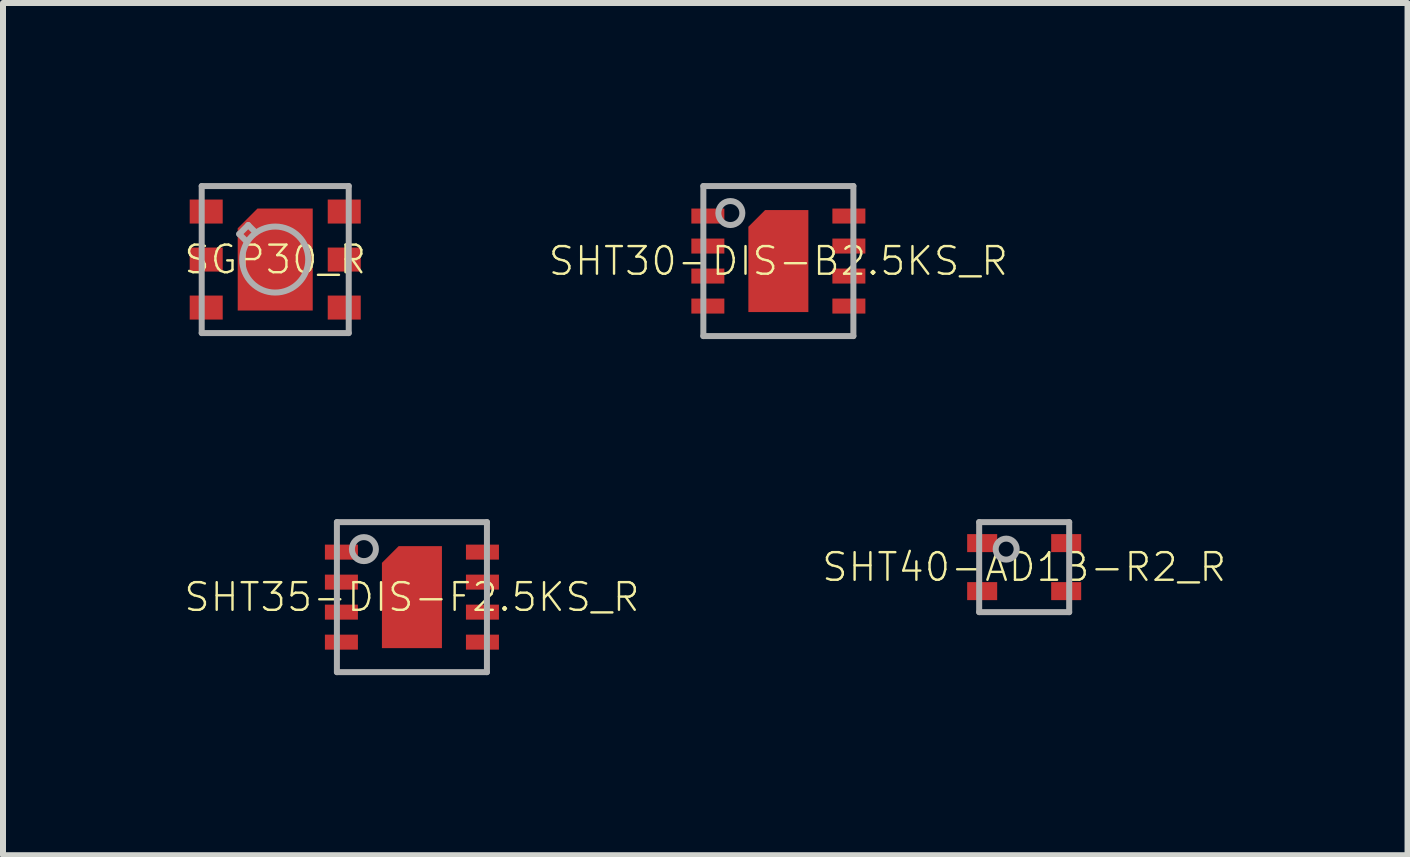
<source format=kicad_pcb>
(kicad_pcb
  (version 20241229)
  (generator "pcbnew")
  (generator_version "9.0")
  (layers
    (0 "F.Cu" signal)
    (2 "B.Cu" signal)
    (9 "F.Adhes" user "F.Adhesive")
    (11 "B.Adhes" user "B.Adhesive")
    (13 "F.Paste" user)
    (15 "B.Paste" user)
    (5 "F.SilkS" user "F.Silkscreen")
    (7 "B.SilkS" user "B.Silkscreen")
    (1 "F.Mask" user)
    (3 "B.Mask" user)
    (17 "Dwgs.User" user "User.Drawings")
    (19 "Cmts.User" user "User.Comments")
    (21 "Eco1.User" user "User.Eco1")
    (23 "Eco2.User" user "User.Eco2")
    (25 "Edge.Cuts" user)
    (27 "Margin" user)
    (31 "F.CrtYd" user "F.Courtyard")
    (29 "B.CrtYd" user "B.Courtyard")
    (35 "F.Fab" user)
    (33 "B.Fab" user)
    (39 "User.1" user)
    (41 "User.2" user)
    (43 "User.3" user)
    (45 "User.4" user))
  (footprint "SHT35-DIS-F2.5KS_R"
    (layer "F.Cu")
    (at 3.814 6.9)
    (property "Reference" "SHT35-DIS-F2.5KS_R" (at 0 0 0) (unlocked yes) (layer "F.SilkS") (effects (font (size 0.46 0.46) (thickness 0.04))))
    (fp_poly (pts (xy 0.5 0.85) (xy -0.5 0.85) (xy -0.5 -0.571) (xy -0.221 -0.85) (xy 0.5 -0.85)) (stroke (width 0) (type default)) (fill yes) (layer "F.Cu"))
    (fp_poly (pts (xy -0.55 0.9) (xy 0.55 0.9) (xy 0.55 -0.9) (xy -0.55 -0.9)) (stroke (width 0) (type default)) (fill yes) (layer "F.Mask"))
    (fp_poly (pts (xy 0.45 0.8) (xy -0.45 0.8) (xy -0.45 -0.571) (xy -0.221 -0.8) (xy 0.45 -0.8)) (stroke (width 0) (type default)) (fill yes) (layer "F.Paste"))
    (fp_line (start -1.25 -1.25) (end 1.25 -1.25) (stroke (width 0.1) (type solid)) (layer "F.Fab"))
    (fp_line (start -1.25 1.25) (end -1.25 -1.25) (stroke (width 0.1) (type solid)) (layer "F.Fab"))
    (fp_line (start 1.25 -1.25) (end 1.25 1.25) (stroke (width 0.1) (type solid)) (layer "F.Fab"))
    (fp_line (start 1.25 1.25) (end -1.25 1.25) (stroke (width 0.1) (type solid)) (layer "F.Fab"))
    (fp_circle (center -0.8 -0.8) (end -0.6 -0.8) (stroke (width 0.1) (type solid)) (fill no) (layer "F.Fab"))
    (pad "1" smd rect (at -1.175 -0.75) (size 0.55 0.25) (layers "F.Cu" "F.Mask" "F.Paste"))
    (pad "2" smd rect (at -1.175 -0.25) (size 0.55 0.25) (layers "F.Cu" "F.Mask" "F.Paste"))
    (pad "3" smd rect (at -1.175 0.25) (size 0.55 0.25) (layers "F.Cu" "F.Mask" "F.Paste"))
    (pad "4" smd rect (at -1.175 0.75) (size 0.55 0.25) (layers "F.Cu" "F.Mask" "F.Paste"))
    (pad "5" smd rect (at 1.175 0.75) (size 0.55 0.25) (layers "F.Cu" "F.Mask" "F.Paste"))
    (pad "6" smd rect (at 1.175 0.25) (size 0.55 0.25) (layers "F.Cu" "F.Mask" "F.Paste"))
    (pad "7" smd rect (at 1.175 -0.25) (size 0.55 0.25) (layers "F.Cu" "F.Mask" "F.Paste"))
    (pad "8" smd rect (at 1.175 -0.75) (size 0.55 0.25) (layers "F.Cu" "F.Mask" "F.Paste")))
  (footprint "SHT40-AD1B-R2_R"
    (layer "F.Cu")
    (at 14.016 6.4)
    (property "Reference" "SHT40-AD1B-R2_R" (at 0 0 0) (unlocked yes) (layer "F.SilkS") (effects (font (size 0.46 0.46) (thickness 0.04))))
    (fp_poly (pts (xy -0.45 -0.25) (xy -0.95 -0.25) (xy -0.95 -0.55) (xy -0.45 -0.55)) (stroke (width 0) (type default)) (fill yes) (layer "F.Paste"))
    (fp_poly (pts (xy -0.45 0.55) (xy -0.95 0.55) (xy -0.95 0.25) (xy -0.45 0.25)) (stroke (width 0) (type default)) (fill yes) (layer "F.Paste"))
    (fp_poly (pts (xy 0.95 -0.25) (xy 0.45 -0.25) (xy 0.45 -0.55) (xy 0.95 -0.55)) (stroke (width 0) (type default)) (fill yes) (layer "F.Paste"))
    (fp_poly (pts (xy 0.95 0.55) (xy 0.45 0.55) (xy 0.45 0.25) (xy 0.95 0.25)) (stroke (width 0) (type default)) (fill yes) (layer "F.Paste"))
    (fp_line (start -0.75 -0.75) (end 0.75 -0.75) (stroke (width 0.1) (type solid)) (layer "F.Fab"))
    (fp_line (start -0.75 0.75) (end -0.75 -0.75) (stroke (width 0.1) (type solid)) (layer "F.Fab"))
    (fp_line (start 0.75 -0.75) (end 0.75 0.75) (stroke (width 0.1) (type solid)) (layer "F.Fab"))
    (fp_line (start 0.75 0.75) (end -0.75 0.75) (stroke (width 0.1) (type solid)) (layer "F.Fab"))
    (fp_circle (center -0.3 -0.3) (end -0.125 -0.3) (stroke (width 0.1) (type solid)) (fill no) (layer "F.Fab"))
    (pad "1" smd rect (at -0.7 -0.4) (size 0.5 0.3) (layers "F.Cu" "F.Mask"))
    (pad "2" smd rect (at -0.7 0.4) (size 0.5 0.3) (layers "F.Cu" "F.Mask"))
    (pad "3" smd rect (at 0.7 0.4) (size 0.5 0.3) (layers "F.Cu" "F.Mask"))
    (pad "4" smd rect (at 0.7 -0.4) (size 0.5 0.3) (layers "F.Cu" "F.Mask")))
  (footprint "SHT30-DIS-B2.5KS_R"
    (layer "F.Cu")
    (at 9.92 1.3)
    (property "Reference" "SHT30-DIS-B2.5KS_R" (at 0 0 0) (unlocked yes) (layer "F.SilkS") (effects (font (size 0.46 0.46) (thickness 0.04))))
    (fp_poly (pts (xy 0.5 0.85) (xy -0.5 0.85) (xy -0.5 -0.571) (xy -0.221 -0.85) (xy 0.5 -0.85)) (stroke (width 0) (type default)) (fill yes) (layer "F.Cu"))
    (fp_poly (pts (xy -1.5 -0.575) (xy -0.85 -0.575) (xy -0.85 -0.925) (xy -1.5 -0.925)) (stroke (width 0) (type default)) (fill yes) (layer "F.Mask"))
    (fp_poly (pts (xy -1.5 -0.075) (xy -0.85 -0.075) (xy -0.85 -0.425) (xy -1.5 -0.425)) (stroke (width 0) (type default)) (fill yes) (layer "F.Mask"))
    (fp_poly (pts (xy -1.5 0.425) (xy -0.85 0.425) (xy -0.85 0.075) (xy -1.5 0.075)) (stroke (width 0) (type default)) (fill yes) (layer "F.Mask"))
    (fp_poly (pts (xy -1.5 0.925) (xy -0.85 0.925) (xy -0.85 0.575) (xy -1.5 0.575)) (stroke (width 0) (type default)) (fill yes) (layer "F.Mask"))
    (fp_poly (pts (xy -0.55 0.9) (xy 0.55 0.9) (xy 0.55 -0.9) (xy -0.55 -0.9)) (stroke (width 0) (type default)) (fill yes) (layer "F.Mask"))
    (fp_poly (pts (xy 0.85 -0.575) (xy 1.5 -0.575) (xy 1.5 -0.925) (xy 0.85 -0.925)) (stroke (width 0) (type default)) (fill yes) (layer "F.Mask"))
    (fp_poly (pts (xy 0.85 -0.075) (xy 1.5 -0.075) (xy 1.5 -0.425) (xy 0.85 -0.425)) (stroke (width 0) (type default)) (fill yes) (layer "F.Mask"))
    (fp_poly (pts (xy 0.85 0.425) (xy 1.5 0.425) (xy 1.5 0.075) (xy 0.85 0.075)) (stroke (width 0) (type default)) (fill yes) (layer "F.Mask"))
    (fp_poly (pts (xy 0.85 0.925) (xy 1.5 0.925) (xy 1.5 0.575) (xy 0.85 0.575)) (stroke (width 0) (type default)) (fill yes) (layer "F.Mask"))
    (fp_poly (pts (xy -0.9 -0.625) (xy -1.45 -0.625) (xy -1.45 -0.875) (xy -0.9 -0.875)) (stroke (width 0) (type default)) (fill yes) (layer "F.Paste"))
    (fp_poly (pts (xy -0.9 -0.125) (xy -1.45 -0.125) (xy -1.45 -0.375) (xy -0.9 -0.375)) (stroke (width 0) (type default)) (fill yes) (layer "F.Paste"))
    (fp_poly (pts (xy -0.9 0.375) (xy -1.45 0.375) (xy -1.45 0.125) (xy -0.9 0.125)) (stroke (width 0) (type default)) (fill yes) (layer "F.Paste"))
    (fp_poly (pts (xy -0.9 0.875) (xy -1.45 0.875) (xy -1.45 0.625) (xy -0.9 0.625)) (stroke (width 0) (type default)) (fill yes) (layer "F.Paste"))
    (fp_poly (pts (xy 1.45 -0.625) (xy 0.9 -0.625) (xy 0.9 -0.875) (xy 1.45 -0.875)) (stroke (width 0) (type default)) (fill yes) (layer "F.Paste"))
    (fp_poly (pts (xy 1.45 -0.125) (xy 0.9 -0.125) (xy 0.9 -0.375) (xy 1.45 -0.375)) (stroke (width 0) (type default)) (fill yes) (layer "F.Paste"))
    (fp_poly (pts (xy 1.45 0.375) (xy 0.9 0.375) (xy 0.9 0.125) (xy 1.45 0.125)) (stroke (width 0) (type default)) (fill yes) (layer "F.Paste"))
    (fp_poly (pts (xy 1.45 0.875) (xy 0.9 0.875) (xy 0.9 0.625) (xy 1.45 0.625)) (stroke (width 0) (type default)) (fill yes) (layer "F.Paste"))
    (fp_poly (pts (xy 0.45 0.8) (xy -0.45 0.8) (xy -0.45 -0.541) (xy -0.191 -0.8) (xy 0.45 -0.8)) (stroke (width 0) (type default)) (fill yes) (layer "F.Paste"))
    (fp_line (start -1.25 -1.25) (end 1.25 -1.25) (stroke (width 0.1) (type solid)) (layer "F.Fab"))
    (fp_line (start -1.25 1.25) (end -1.25 -1.25) (stroke (width 0.1) (type solid)) (layer "F.Fab"))
    (fp_line (start 1.25 -1.25) (end 1.25 1.25) (stroke (width 0.1) (type solid)) (layer "F.Fab"))
    (fp_line (start 1.25 1.25) (end -1.25 1.25) (stroke (width 0.1) (type solid)) (layer "F.Fab"))
    (fp_circle (center -0.8 -0.8) (end -0.6 -0.8) (stroke (width 0.1) (type solid)) (fill no) (layer "F.Fab"))
    (pad "1" smd rect (at -1.175 -0.75) (size 0.55 0.25) (layers "F.Cu"))
    (pad "2" smd rect (at -1.175 -0.25) (size 0.55 0.25) (layers "F.Cu"))
    (pad "3" smd rect (at -1.175 0.25) (size 0.55 0.25) (layers "F.Cu"))
    (pad "4" smd rect (at -1.175 0.75) (size 0.55 0.25) (layers "F.Cu"))
    (pad "5" smd rect (at 1.175 0.75) (size 0.55 0.25) (layers "F.Cu"))
    (pad "6" smd rect (at 1.175 0.25) (size 0.55 0.25) (layers "F.Cu"))
    (pad "7" smd rect (at 1.175 -0.25) (size 0.55 0.25) (layers "F.Cu"))
    (pad "8" smd rect (at 1.175 -0.75) (size 0.55 0.25) (layers "F.Cu")))
  (footprint "SGP30_R"
    (layer "F.Cu")
    (at 1.536 1.275)
    (property "Reference" "SGP30_R" (at 0 0 0) (unlocked yes) (layer "F.SilkS") (effects (font (size 0.46 0.46) (thickness 0.04))))
    (fp_poly (pts (xy 0.625 0.85) (xy -0.625 0.85) (xy -0.625 -0.521) (xy -0.296 -0.85) (xy 0.625 -0.85)) (stroke (width 0) (type default)) (fill yes) (layer "F.Cu"))
    (fp_poly (pts (xy -1.475 -0.55) (xy -0.825 -0.55) (xy -0.825 -1.05) (xy -1.475 -1.05)) (stroke (width 0) (type default)) (fill yes) (layer "F.Mask"))
    (fp_poly (pts (xy -1.475 0.25) (xy -0.825 0.25) (xy -0.825 -0.25) (xy -1.475 -0.25)) (stroke (width 0) (type default)) (fill yes) (layer "F.Mask"))
    (fp_poly (pts (xy -1.475 1.05) (xy -0.825 1.05) (xy -0.825 0.55) (xy -1.475 0.55)) (stroke (width 0) (type default)) (fill yes) (layer "F.Mask"))
    (fp_poly (pts (xy 1.475 -1.05) (xy 0.825 -1.05) (xy 0.825 -0.55) (xy 1.475 -0.55)) (stroke (width 0) (type default)) (fill yes) (layer "F.Mask"))
    (fp_poly (pts (xy 1.475 -0.25) (xy 0.825 -0.25) (xy 0.825 0.25) (xy 1.475 0.25)) (stroke (width 0) (type default)) (fill yes) (layer "F.Mask"))
    (fp_poly (pts (xy 1.475 0.55) (xy 0.825 0.55) (xy 0.825 1.05) (xy 1.475 1.05)) (stroke (width 0) (type default)) (fill yes) (layer "F.Mask"))
    (fp_poly (pts (xy 0.675 0.9) (xy -0.675 0.9) (xy -0.675 -0.546) (xy -0.321 -0.9) (xy 0.675 -0.9)) (stroke (width 0) (type default)) (fill yes) (layer "F.Mask"))
    (fp_poly (pts (xy -1.525 -0.6) (xy -0.975 -0.6) (xy -0.975 -1) (xy -1.525 -1)) (stroke (width 0) (type default)) (fill yes) (layer "F.Paste"))
    (fp_poly (pts (xy -1.525 0.2) (xy -0.975 0.2) (xy -0.975 -0.2) (xy -1.525 -0.2)) (stroke (width 0) (type default)) (fill yes) (layer "F.Paste"))
    (fp_poly (pts (xy -1.525 1) (xy -0.975 1) (xy -0.975 0.6) (xy -1.525 0.6)) (stroke (width 0) (type default)) (fill yes) (layer "F.Paste"))
    (fp_poly (pts (xy 1.525 -1) (xy 0.975 -1) (xy 0.975 -0.6) (xy 1.525 -0.6)) (stroke (width 0) (type default)) (fill yes) (layer "F.Paste"))
    (fp_poly (pts (xy 1.525 -0.2) (xy 0.975 -0.2) (xy 0.975 0.2) (xy 1.525 0.2)) (stroke (width 0) (type default)) (fill yes) (layer "F.Paste"))
    (fp_poly (pts (xy 1.525 0.6) (xy 0.975 0.6) (xy 0.975 1) (xy 1.525 1)) (stroke (width 0) (type default)) (fill yes) (layer "F.Paste"))
    (fp_poly (pts (xy 0.525 0.75) (xy -0.525 0.75) (xy -0.525 -0.471) (xy -0.246 -0.75) (xy 0.525 -0.75)) (stroke (width 0) (type default)) (fill yes) (layer "F.Paste"))
    (fp_line (start -1.225 -1.225) (end -1.225 1.225) (stroke (width 0.1) (type solid)) (layer "F.Fab"))
    (fp_line (start -1.225 1.225) (end 1.225 1.225) (stroke (width 0.1) (type solid)) (layer "F.Fab"))
    (fp_line (start -0.6 -0.425) (end -0.45 -0.575) (stroke (width 0.1) (type solid)) (layer "F.Fab"))
    (fp_line (start -0.475 -0.3) (end -0.6 -0.425) (stroke (width 0.1) (type solid)) (layer "F.Fab"))
    (fp_line (start -0.45 -0.575) (end -0.325 -0.45) (stroke (width 0.1) (type solid)) (layer "F.Fab"))
    (fp_line (start 1.225 -1.225) (end -1.225 -1.225) (stroke (width 0.1) (type solid)) (layer "F.Fab"))
    (fp_line (start 1.225 1.225) (end 1.225 -1.225) (stroke (width 0.1) (type solid)) (layer "F.Fab"))
    (fp_circle (center 0 0) (end 0.55 0) (stroke (width 0.1) (type solid)) (fill no) (layer "F.Fab"))
    (pad "1" smd rect (at -1.15 -0.8) (size 0.55 0.4) (layers "F.Cu"))
    (pad "2" smd rect (at -1.15 0) (size 0.55 0.4) (layers "F.Cu"))
    (pad "3" smd rect (at -1.15 0.8) (size 0.55 0.4) (layers "F.Cu"))
    (pad "4" smd rect (at 1.15 0.8 180) (size 0.55 0.4) (layers "F.Cu"))
    (pad "5" smd rect (at 1.15 0 180) (size 0.55 0.4) (layers "F.Cu"))
    (pad "6" smd rect (at 1.15 -0.8 180) (size 0.55 0.4) (layers "F.Cu")))
  (gr_rect
    (start -3 -3)
    (end 20.404 11.2)
    (stroke (width 0.1) (type default))
    (fill no)
    (layer "Edge.Cuts")))
</source>
